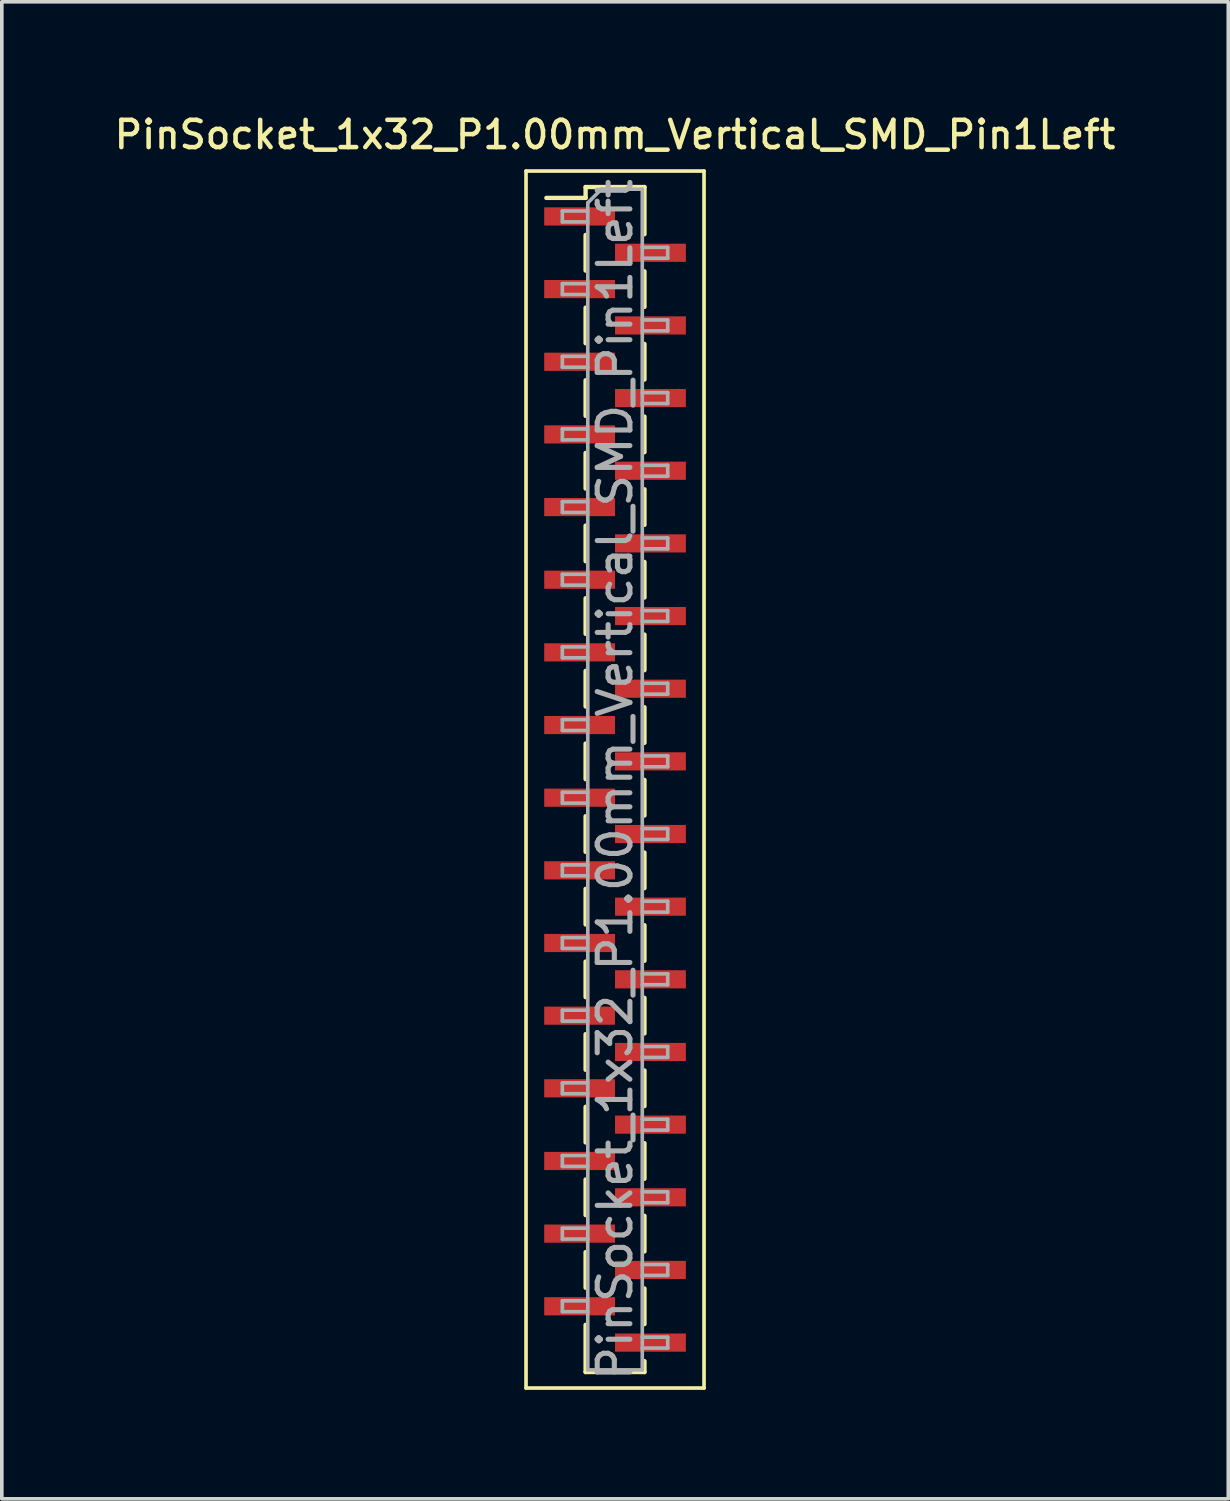
<source format=kicad_pcb>
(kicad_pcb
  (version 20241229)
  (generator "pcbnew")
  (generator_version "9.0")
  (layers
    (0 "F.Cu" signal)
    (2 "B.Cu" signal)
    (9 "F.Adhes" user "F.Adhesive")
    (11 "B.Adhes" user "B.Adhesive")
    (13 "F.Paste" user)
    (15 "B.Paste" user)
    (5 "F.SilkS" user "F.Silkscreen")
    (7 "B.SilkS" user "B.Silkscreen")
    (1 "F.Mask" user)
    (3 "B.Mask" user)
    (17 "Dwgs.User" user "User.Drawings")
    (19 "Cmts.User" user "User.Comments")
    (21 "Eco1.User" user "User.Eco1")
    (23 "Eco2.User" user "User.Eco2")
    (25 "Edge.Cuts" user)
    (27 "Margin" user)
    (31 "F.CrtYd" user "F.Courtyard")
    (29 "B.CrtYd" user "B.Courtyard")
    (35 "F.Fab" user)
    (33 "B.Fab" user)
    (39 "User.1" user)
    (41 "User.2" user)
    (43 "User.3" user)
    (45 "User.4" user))
  (footprint "PinSocket_1x32_P1.00mm_Vertical_SMD_Pin1Left"
    (layer "F.Cu")
    (at 13.88 18.408)
    (property "Reference" "PinSocket_1x32_P1.00mm_Vertical_SMD_Pin1Left" (at 0 -17.75 0) (layer "F.SilkS") (effects (font (size 0.75 0.75) (thickness 0.125))))
    (attr smd)
    (fp_line (start -2.45 -16.75) (end 2.45 -16.75) (stroke (width 0.1) (type solid)) (layer "F.SilkS"))
    (fp_line (start -2.45 16.75) (end -2.45 -16.75) (stroke (width 0.1) (type solid)) (layer "F.SilkS"))
    (fp_line (start -1.89 -16.01) (end -0.81 -16.01) (stroke (width 0.12) (type solid)) (layer "F.SilkS"))
    (fp_line (start -0.81 -16.31) (end -0.81 -16.01) (stroke (width 0.12) (type solid)) (layer "F.SilkS"))
    (fp_line (start -0.81 -16.31) (end 0.81 -16.31) (stroke (width 0.12) (type solid)) (layer "F.SilkS"))
    (fp_line (start -0.81 -14.99) (end -0.81 -14.01) (stroke (width 0.12) (type solid)) (layer "F.SilkS"))
    (fp_line (start -0.81 -12.99) (end -0.81 -12.01) (stroke (width 0.12) (type solid)) (layer "F.SilkS"))
    (fp_line (start -0.81 -10.99) (end -0.81 -10.01) (stroke (width 0.12) (type solid)) (layer "F.SilkS"))
    (fp_line (start -0.81 -8.99) (end -0.81 -8.01) (stroke (width 0.12) (type solid)) (layer "F.SilkS"))
    (fp_line (start -0.81 -6.99) (end -0.81 -6.01) (stroke (width 0.12) (type solid)) (layer "F.SilkS"))
    (fp_line (start -0.81 -4.99) (end -0.81 -4.01) (stroke (width 0.12) (type solid)) (layer "F.SilkS"))
    (fp_line (start -0.81 -2.99) (end -0.81 -2.01) (stroke (width 0.12) (type solid)) (layer "F.SilkS"))
    (fp_line (start -0.81 -0.99) (end -0.81 -0.01) (stroke (width 0.12) (type solid)) (layer "F.SilkS"))
    (fp_line (start -0.81 1.01) (end -0.81 1.99) (stroke (width 0.12) (type solid)) (layer "F.SilkS"))
    (fp_line (start -0.81 3.01) (end -0.81 3.99) (stroke (width 0.12) (type solid)) (layer "F.SilkS"))
    (fp_line (start -0.81 5.01) (end -0.81 5.99) (stroke (width 0.12) (type solid)) (layer "F.SilkS"))
    (fp_line (start -0.81 7.01) (end -0.81 7.99) (stroke (width 0.12) (type solid)) (layer "F.SilkS"))
    (fp_line (start -0.81 9.01) (end -0.81 9.99) (stroke (width 0.12) (type solid)) (layer "F.SilkS"))
    (fp_line (start -0.81 11.01) (end -0.81 11.99) (stroke (width 0.12) (type solid)) (layer "F.SilkS"))
    (fp_line (start -0.81 13.01) (end -0.81 13.99) (stroke (width 0.12) (type solid)) (layer "F.SilkS"))
    (fp_line (start -0.81 15.01) (end -0.81 16.31) (stroke (width 0.12) (type solid)) (layer "F.SilkS"))
    (fp_line (start -0.81 16.31) (end 0.81 16.31) (stroke (width 0.12) (type solid)) (layer "F.SilkS"))
    (fp_line (start 0.81 -16.31) (end 0.81 -15.01) (stroke (width 0.12) (type solid)) (layer "F.SilkS"))
    (fp_line (start 0.81 -13.99) (end 0.81 -13.01) (stroke (width 0.12) (type solid)) (layer "F.SilkS"))
    (fp_line (start 0.81 -11.99) (end 0.81 -11.01) (stroke (width 0.12) (type solid)) (layer "F.SilkS"))
    (fp_line (start 0.81 -9.99) (end 0.81 -9.01) (stroke (width 0.12) (type solid)) (layer "F.SilkS"))
    (fp_line (start 0.81 -7.99) (end 0.81 -7.01) (stroke (width 0.12) (type solid)) (layer "F.SilkS"))
    (fp_line (start 0.81 -5.99) (end 0.81 -5.01) (stroke (width 0.12) (type solid)) (layer "F.SilkS"))
    (fp_line (start 0.81 -3.99) (end 0.81 -3.01) (stroke (width 0.12) (type solid)) (layer "F.SilkS"))
    (fp_line (start 0.81 -1.99) (end 0.81 -1.01) (stroke (width 0.12) (type solid)) (layer "F.SilkS"))
    (fp_line (start 0.81 0.01) (end 0.81 0.99) (stroke (width 0.12) (type solid)) (layer "F.SilkS"))
    (fp_line (start 0.81 2.01) (end 0.81 2.99) (stroke (width 0.12) (type solid)) (layer "F.SilkS"))
    (fp_line (start 0.81 4.01) (end 0.81 4.99) (stroke (width 0.12) (type solid)) (layer "F.SilkS"))
    (fp_line (start 0.81 6.01) (end 0.81 6.99) (stroke (width 0.12) (type solid)) (layer "F.SilkS"))
    (fp_line (start 0.81 8.01) (end 0.81 8.99) (stroke (width 0.12) (type solid)) (layer "F.SilkS"))
    (fp_line (start 0.81 10.01) (end 0.81 10.99) (stroke (width 0.12) (type solid)) (layer "F.SilkS"))
    (fp_line (start 0.81 12.01) (end 0.81 12.99) (stroke (width 0.12) (type solid)) (layer "F.SilkS"))
    (fp_line (start 0.81 14.01) (end 0.81 14.99) (stroke (width 0.12) (type solid)) (layer "F.SilkS"))
    (fp_line (start 0.81 16.01) (end 0.81 16.31) (stroke (width 0.12) (type solid)) (layer "F.SilkS"))
    (fp_line (start 2.45 -16.75) (end 2.45 16.75) (stroke (width 0.1) (type solid)) (layer "F.SilkS"))
    (fp_line (start 2.45 16.75) (end -2.45 16.75) (stroke (width 0.1) (type solid)) (layer "F.SilkS"))
    (fp_line (start -1.45 -15.65) (end -0.75 -15.65) (stroke (width 0.1) (type solid)) (layer "F.Fab"))
    (fp_line (start -1.45 -15.35) (end -1.45 -15.65) (stroke (width 0.1) (type solid)) (layer "F.Fab"))
    (fp_line (start -1.45 -13.65) (end -0.75 -13.65) (stroke (width 0.1) (type solid)) (layer "F.Fab"))
    (fp_line (start -1.45 -13.35) (end -1.45 -13.65) (stroke (width 0.1) (type solid)) (layer "F.Fab"))
    (fp_line (start -1.45 -11.65) (end -0.75 -11.65) (stroke (width 0.1) (type solid)) (layer "F.Fab"))
    (fp_line (start -1.45 -11.35) (end -1.45 -11.65) (stroke (width 0.1) (type solid)) (layer "F.Fab"))
    (fp_line (start -1.45 -9.65) (end -0.75 -9.65) (stroke (width 0.1) (type solid)) (layer "F.Fab"))
    (fp_line (start -1.45 -9.35) (end -1.45 -9.65) (stroke (width 0.1) (type solid)) (layer "F.Fab"))
    (fp_line (start -1.45 -7.65) (end -0.75 -7.65) (stroke (width 0.1) (type solid)) (layer "F.Fab"))
    (fp_line (start -1.45 -7.35) (end -1.45 -7.65) (stroke (width 0.1) (type solid)) (layer "F.Fab"))
    (fp_line (start -1.45 -5.65) (end -0.75 -5.65) (stroke (width 0.1) (type solid)) (layer "F.Fab"))
    (fp_line (start -1.45 -5.35) (end -1.45 -5.65) (stroke (width 0.1) (type solid)) (layer "F.Fab"))
    (fp_line (start -1.45 -3.65) (end -0.75 -3.65) (stroke (width 0.1) (type solid)) (layer "F.Fab"))
    (fp_line (start -1.45 -3.35) (end -1.45 -3.65) (stroke (width 0.1) (type solid)) (layer "F.Fab"))
    (fp_line (start -1.45 -1.65) (end -0.75 -1.65) (stroke (width 0.1) (type solid)) (layer "F.Fab"))
    (fp_line (start -1.45 -1.35) (end -1.45 -1.65) (stroke (width 0.1) (type solid)) (layer "F.Fab"))
    (fp_line (start -1.45 0.35) (end -0.75 0.35) (stroke (width 0.1) (type solid)) (layer "F.Fab"))
    (fp_line (start -1.45 0.65) (end -1.45 0.35) (stroke (width 0.1) (type solid)) (layer "F.Fab"))
    (fp_line (start -1.45 2.35) (end -0.75 2.35) (stroke (width 0.1) (type solid)) (layer "F.Fab"))
    (fp_line (start -1.45 2.65) (end -1.45 2.35) (stroke (width 0.1) (type solid)) (layer "F.Fab"))
    (fp_line (start -1.45 4.35) (end -0.75 4.35) (stroke (width 0.1) (type solid)) (layer "F.Fab"))
    (fp_line (start -1.45 4.65) (end -1.45 4.35) (stroke (width 0.1) (type solid)) (layer "F.Fab"))
    (fp_line (start -1.45 6.35) (end -0.75 6.35) (stroke (width 0.1) (type solid)) (layer "F.Fab"))
    (fp_line (start -1.45 6.65) (end -1.45 6.35) (stroke (width 0.1) (type solid)) (layer "F.Fab"))
    (fp_line (start -1.45 8.35) (end -0.75 8.35) (stroke (width 0.1) (type solid)) (layer "F.Fab"))
    (fp_line (start -1.45 8.65) (end -1.45 8.35) (stroke (width 0.1) (type solid)) (layer "F.Fab"))
    (fp_line (start -1.45 10.35) (end -0.75 10.35) (stroke (width 0.1) (type solid)) (layer "F.Fab"))
    (fp_line (start -1.45 10.65) (end -1.45 10.35) (stroke (width 0.1) (type solid)) (layer "F.Fab"))
    (fp_line (start -1.45 12.35) (end -0.75 12.35) (stroke (width 0.1) (type solid)) (layer "F.Fab"))
    (fp_line (start -1.45 12.65) (end -1.45 12.35) (stroke (width 0.1) (type solid)) (layer "F.Fab"))
    (fp_line (start -1.45 14.35) (end -0.75 14.35) (stroke (width 0.1) (type solid)) (layer "F.Fab"))
    (fp_line (start -1.45 14.65) (end -1.45 14.35) (stroke (width 0.1) (type solid)) (layer "F.Fab"))
    (fp_line (start -0.75 -15.875) (end -0.375 -16.25) (stroke (width 0.1) (type solid)) (layer "F.Fab"))
    (fp_line (start -0.75 -15.35) (end -1.45 -15.35) (stroke (width 0.1) (type solid)) (layer "F.Fab"))
    (fp_line (start -0.75 -13.35) (end -1.45 -13.35) (stroke (width 0.1) (type solid)) (layer "F.Fab"))
    (fp_line (start -0.75 -11.35) (end -1.45 -11.35) (stroke (width 0.1) (type solid)) (layer "F.Fab"))
    (fp_line (start -0.75 -9.35) (end -1.45 -9.35) (stroke (width 0.1) (type solid)) (layer "F.Fab"))
    (fp_line (start -0.75 -7.35) (end -1.45 -7.35) (stroke (width 0.1) (type solid)) (layer "F.Fab"))
    (fp_line (start -0.75 -5.35) (end -1.45 -5.35) (stroke (width 0.1) (type solid)) (layer "F.Fab"))
    (fp_line (start -0.75 -3.35) (end -1.45 -3.35) (stroke (width 0.1) (type solid)) (layer "F.Fab"))
    (fp_line (start -0.75 -1.35) (end -1.45 -1.35) (stroke (width 0.1) (type solid)) (layer "F.Fab"))
    (fp_line (start -0.75 0.65) (end -1.45 0.65) (stroke (width 0.1) (type solid)) (layer "F.Fab"))
    (fp_line (start -0.75 2.65) (end -1.45 2.65) (stroke (width 0.1) (type solid)) (layer "F.Fab"))
    (fp_line (start -0.75 4.65) (end -1.45 4.65) (stroke (width 0.1) (type solid)) (layer "F.Fab"))
    (fp_line (start -0.75 6.65) (end -1.45 6.65) (stroke (width 0.1) (type solid)) (layer "F.Fab"))
    (fp_line (start -0.75 8.65) (end -1.45 8.65) (stroke (width 0.1) (type solid)) (layer "F.Fab"))
    (fp_line (start -0.75 10.65) (end -1.45 10.65) (stroke (width 0.1) (type solid)) (layer "F.Fab"))
    (fp_line (start -0.75 12.65) (end -1.45 12.65) (stroke (width 0.1) (type solid)) (layer "F.Fab"))
    (fp_line (start -0.75 14.65) (end -1.45 14.65) (stroke (width 0.1) (type solid)) (layer "F.Fab"))
    (fp_line (start -0.75 16.25) (end -0.75 -15.875) (stroke (width 0.1) (type solid)) (layer "F.Fab"))
    (fp_line (start -0.375 -16.25) (end 0.75 -16.25) (stroke (width 0.1) (type solid)) (layer "F.Fab"))
    (fp_line (start 0.75 -16.25) (end 0.75 16.25) (stroke (width 0.1) (type solid)) (layer "F.Fab"))
    (fp_line (start 0.75 -14.65) (end 1.45 -14.65) (stroke (width 0.1) (type solid)) (layer "F.Fab"))
    (fp_line (start 0.75 -12.65) (end 1.45 -12.65) (stroke (width 0.1) (type solid)) (layer "F.Fab"))
    (fp_line (start 0.75 -10.65) (end 1.45 -10.65) (stroke (width 0.1) (type solid)) (layer "F.Fab"))
    (fp_line (start 0.75 -8.65) (end 1.45 -8.65) (stroke (width 0.1) (type solid)) (layer "F.Fab"))
    (fp_line (start 0.75 -6.65) (end 1.45 -6.65) (stroke (width 0.1) (type solid)) (layer "F.Fab"))
    (fp_line (start 0.75 -4.65) (end 1.45 -4.65) (stroke (width 0.1) (type solid)) (layer "F.Fab"))
    (fp_line (start 0.75 -2.65) (end 1.45 -2.65) (stroke (width 0.1) (type solid)) (layer "F.Fab"))
    (fp_line (start 0.75 -0.65) (end 1.45 -0.65) (stroke (width 0.1) (type solid)) (layer "F.Fab"))
    (fp_line (start 0.75 1.35) (end 1.45 1.35) (stroke (width 0.1) (type solid)) (layer "F.Fab"))
    (fp_line (start 0.75 3.35) (end 1.45 3.35) (stroke (width 0.1) (type solid)) (layer "F.Fab"))
    (fp_line (start 0.75 5.35) (end 1.45 5.35) (stroke (width 0.1) (type solid)) (layer "F.Fab"))
    (fp_line (start 0.75 7.35) (end 1.45 7.35) (stroke (width 0.1) (type solid)) (layer "F.Fab"))
    (fp_line (start 0.75 9.35) (end 1.45 9.35) (stroke (width 0.1) (type solid)) (layer "F.Fab"))
    (fp_line (start 0.75 11.35) (end 1.45 11.35) (stroke (width 0.1) (type solid)) (layer "F.Fab"))
    (fp_line (start 0.75 13.35) (end 1.45 13.35) (stroke (width 0.1) (type solid)) (layer "F.Fab"))
    (fp_line (start 0.75 15.35) (end 1.45 15.35) (stroke (width 0.1) (type solid)) (layer "F.Fab"))
    (fp_line (start 0.75 16.25) (end -0.75 16.25) (stroke (width 0.1) (type solid)) (layer "F.Fab"))
    (fp_line (start 1.45 -14.65) (end 1.45 -14.35) (stroke (width 0.1) (type solid)) (layer "F.Fab"))
    (fp_line (start 1.45 -14.35) (end 0.75 -14.35) (stroke (width 0.1) (type solid)) (layer "F.Fab"))
    (fp_line (start 1.45 -12.65) (end 1.45 -12.35) (stroke (width 0.1) (type solid)) (layer "F.Fab"))
    (fp_line (start 1.45 -12.35) (end 0.75 -12.35) (stroke (width 0.1) (type solid)) (layer "F.Fab"))
    (fp_line (start 1.45 -10.65) (end 1.45 -10.35) (stroke (width 0.1) (type solid)) (layer "F.Fab"))
    (fp_line (start 1.45 -10.35) (end 0.75 -10.35) (stroke (width 0.1) (type solid)) (layer "F.Fab"))
    (fp_line (start 1.45 -8.65) (end 1.45 -8.35) (stroke (width 0.1) (type solid)) (layer "F.Fab"))
    (fp_line (start 1.45 -8.35) (end 0.75 -8.35) (stroke (width 0.1) (type solid)) (layer "F.Fab"))
    (fp_line (start 1.45 -6.65) (end 1.45 -6.35) (stroke (width 0.1) (type solid)) (layer "F.Fab"))
    (fp_line (start 1.45 -6.35) (end 0.75 -6.35) (stroke (width 0.1) (type solid)) (layer "F.Fab"))
    (fp_line (start 1.45 -4.65) (end 1.45 -4.35) (stroke (width 0.1) (type solid)) (layer "F.Fab"))
    (fp_line (start 1.45 -4.35) (end 0.75 -4.35) (stroke (width 0.1) (type solid)) (layer "F.Fab"))
    (fp_line (start 1.45 -2.65) (end 1.45 -2.35) (stroke (width 0.1) (type solid)) (layer "F.Fab"))
    (fp_line (start 1.45 -2.35) (end 0.75 -2.35) (stroke (width 0.1) (type solid)) (layer "F.Fab"))
    (fp_line (start 1.45 -0.65) (end 1.45 -0.35) (stroke (width 0.1) (type solid)) (layer "F.Fab"))
    (fp_line (start 1.45 -0.35) (end 0.75 -0.35) (stroke (width 0.1) (type solid)) (layer "F.Fab"))
    (fp_line (start 1.45 1.35) (end 1.45 1.65) (stroke (width 0.1) (type solid)) (layer "F.Fab"))
    (fp_line (start 1.45 1.65) (end 0.75 1.65) (stroke (width 0.1) (type solid)) (layer "F.Fab"))
    (fp_line (start 1.45 3.35) (end 1.45 3.65) (stroke (width 0.1) (type solid)) (layer "F.Fab"))
    (fp_line (start 1.45 3.65) (end 0.75 3.65) (stroke (width 0.1) (type solid)) (layer "F.Fab"))
    (fp_line (start 1.45 5.35) (end 1.45 5.65) (stroke (width 0.1) (type solid)) (layer "F.Fab"))
    (fp_line (start 1.45 5.65) (end 0.75 5.65) (stroke (width 0.1) (type solid)) (layer "F.Fab"))
    (fp_line (start 1.45 7.35) (end 1.45 7.65) (stroke (width 0.1) (type solid)) (layer "F.Fab"))
    (fp_line (start 1.45 7.65) (end 0.75 7.65) (stroke (width 0.1) (type solid)) (layer "F.Fab"))
    (fp_line (start 1.45 9.35) (end 1.45 9.65) (stroke (width 0.1) (type solid)) (layer "F.Fab"))
    (fp_line (start 1.45 9.65) (end 0.75 9.65) (stroke (width 0.1) (type solid)) (layer "F.Fab"))
    (fp_line (start 1.45 11.35) (end 1.45 11.65) (stroke (width 0.1) (type solid)) (layer "F.Fab"))
    (fp_line (start 1.45 11.65) (end 0.75 11.65) (stroke (width 0.1) (type solid)) (layer "F.Fab"))
    (fp_line (start 1.45 13.35) (end 1.45 13.65) (stroke (width 0.1) (type solid)) (layer "F.Fab"))
    (fp_line (start 1.45 13.65) (end 0.75 13.65) (stroke (width 0.1) (type solid)) (layer "F.Fab"))
    (fp_line (start 1.45 15.35) (end 1.45 15.65) (stroke (width 0.1) (type solid)) (layer "F.Fab"))
    (fp_line (start 1.45 15.65) (end 0.75 15.65) (stroke (width 0.1) (type solid)) (layer "F.Fab"))
    (fp_text user "${REFERENCE}" (at 0 0 90) (layer "F.Fab") (effects (font (size 0.9 0.9) (thickness 0.14))))
    (pad "1" smd rect (at -0.975 -15.5) (size 1.95 0.5) (layers "F.Cu" "F.Mask" "F.Paste"))
    (pad "2" smd rect (at 0.975 -14.5) (size 1.95 0.5) (layers "F.Cu" "F.Mask" "F.Paste"))
    (pad "3" smd rect (at -0.975 -13.5) (size 1.95 0.5) (layers "F.Cu" "F.Mask" "F.Paste"))
    (pad "4" smd rect (at 0.975 -12.5) (size 1.95 0.5) (layers "F.Cu" "F.Mask" "F.Paste"))
    (pad "5" smd rect (at -0.975 -11.5) (size 1.95 0.5) (layers "F.Cu" "F.Mask" "F.Paste"))
    (pad "6" smd rect (at 0.975 -10.5) (size 1.95 0.5) (layers "F.Cu" "F.Mask" "F.Paste"))
    (pad "7" smd rect (at -0.975 -9.5) (size 1.95 0.5) (layers "F.Cu" "F.Mask" "F.Paste"))
    (pad "8" smd rect (at 0.975 -8.5) (size 1.95 0.5) (layers "F.Cu" "F.Mask" "F.Paste"))
    (pad "9" smd rect (at -0.975 -7.5) (size 1.95 0.5) (layers "F.Cu" "F.Mask" "F.Paste"))
    (pad "10" smd rect (at 0.975 -6.5) (size 1.95 0.5) (layers "F.Cu" "F.Mask" "F.Paste"))
    (pad "11" smd rect (at -0.975 -5.5) (size 1.95 0.5) (layers "F.Cu" "F.Mask" "F.Paste"))
    (pad "12" smd rect (at 0.975 -4.5) (size 1.95 0.5) (layers "F.Cu" "F.Mask" "F.Paste"))
    (pad "13" smd rect (at -0.975 -3.5) (size 1.95 0.5) (layers "F.Cu" "F.Mask" "F.Paste"))
    (pad "14" smd rect (at 0.975 -2.5) (size 1.95 0.5) (layers "F.Cu" "F.Mask" "F.Paste"))
    (pad "15" smd rect (at -0.975 -1.5) (size 1.95 0.5) (layers "F.Cu" "F.Mask" "F.Paste"))
    (pad "16" smd rect (at 0.975 -0.5) (size 1.95 0.5) (layers "F.Cu" "F.Mask" "F.Paste"))
    (pad "17" smd rect (at -0.975 0.5) (size 1.95 0.5) (layers "F.Cu" "F.Mask" "F.Paste"))
    (pad "18" smd rect (at 0.975 1.5) (size 1.95 0.5) (layers "F.Cu" "F.Mask" "F.Paste"))
    (pad "19" smd rect (at -0.975 2.5) (size 1.95 0.5) (layers "F.Cu" "F.Mask" "F.Paste"))
    (pad "20" smd rect (at 0.975 3.5) (size 1.95 0.5) (layers "F.Cu" "F.Mask" "F.Paste"))
    (pad "21" smd rect (at -0.975 4.5) (size 1.95 0.5) (layers "F.Cu" "F.Mask" "F.Paste"))
    (pad "22" smd rect (at 0.975 5.5) (size 1.95 0.5) (layers "F.Cu" "F.Mask" "F.Paste"))
    (pad "23" smd rect (at -0.975 6.5) (size 1.95 0.5) (layers "F.Cu" "F.Mask" "F.Paste"))
    (pad "24" smd rect (at 0.975 7.5) (size 1.95 0.5) (layers "F.Cu" "F.Mask" "F.Paste"))
    (pad "25" smd rect (at -0.975 8.5) (size 1.95 0.5) (layers "F.Cu" "F.Mask" "F.Paste"))
    (pad "26" smd rect (at 0.975 9.5) (size 1.95 0.5) (layers "F.Cu" "F.Mask" "F.Paste"))
    (pad "27" smd rect (at -0.975 10.5) (size 1.95 0.5) (layers "F.Cu" "F.Mask" "F.Paste"))
    (pad "28" smd rect (at 0.975 11.5) (size 1.95 0.5) (layers "F.Cu" "F.Mask" "F.Paste"))
    (pad "29" smd rect (at -0.975 12.5) (size 1.95 0.5) (layers "F.Cu" "F.Mask" "F.Paste"))
    (pad "30" smd rect (at 0.975 13.5) (size 1.95 0.5) (layers "F.Cu" "F.Mask" "F.Paste"))
    (pad "31" smd rect (at -0.975 14.5) (size 1.95 0.5) (layers "F.Cu" "F.Mask" "F.Paste"))
    (pad "32" smd rect (at 0.975 15.5) (size 1.95 0.5) (layers "F.Cu" "F.Mask" "F.Paste")))
  (gr_rect
    (start -3 -3)
    (end 30.761 38.208)
    (stroke (width 0.1) (type default))
    (fill no)
    (layer "Edge.Cuts")))
</source>
